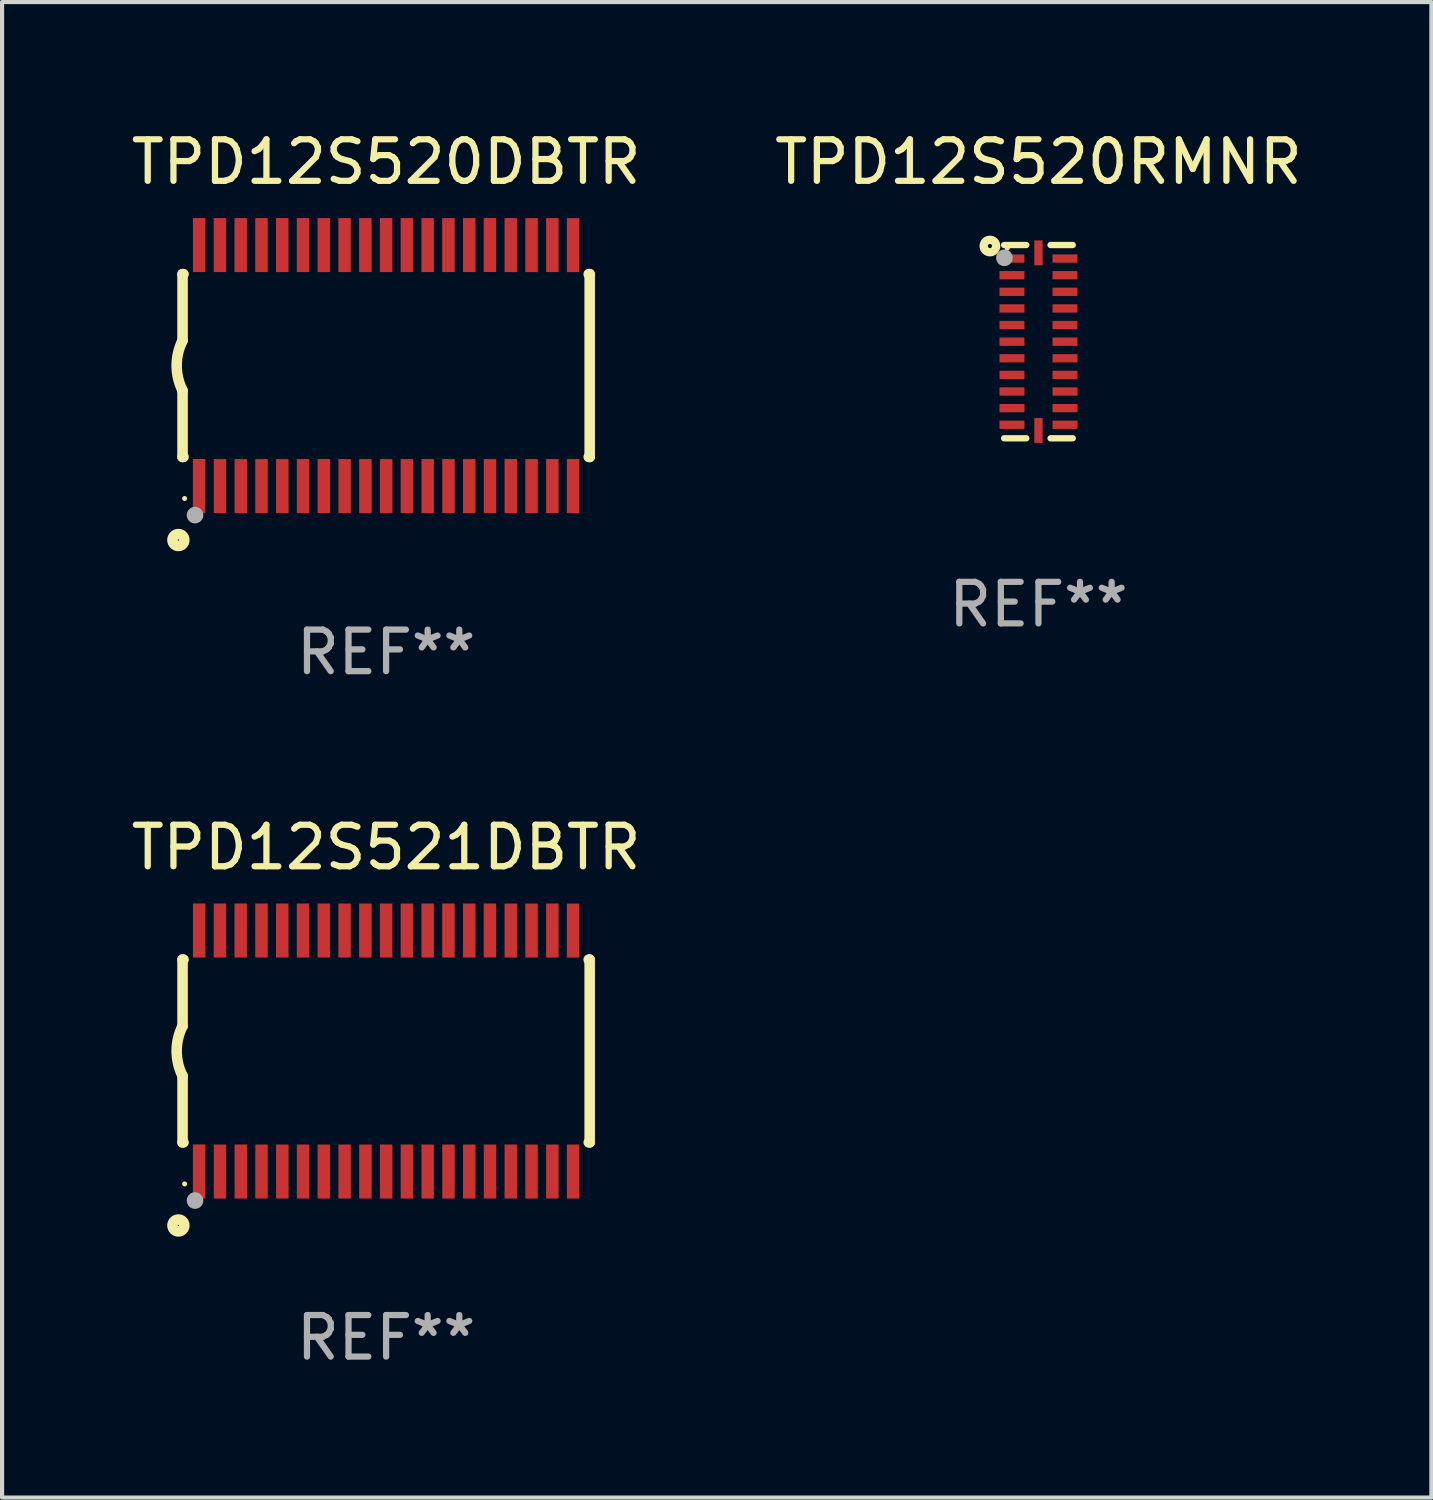
<source format=kicad_pcb>
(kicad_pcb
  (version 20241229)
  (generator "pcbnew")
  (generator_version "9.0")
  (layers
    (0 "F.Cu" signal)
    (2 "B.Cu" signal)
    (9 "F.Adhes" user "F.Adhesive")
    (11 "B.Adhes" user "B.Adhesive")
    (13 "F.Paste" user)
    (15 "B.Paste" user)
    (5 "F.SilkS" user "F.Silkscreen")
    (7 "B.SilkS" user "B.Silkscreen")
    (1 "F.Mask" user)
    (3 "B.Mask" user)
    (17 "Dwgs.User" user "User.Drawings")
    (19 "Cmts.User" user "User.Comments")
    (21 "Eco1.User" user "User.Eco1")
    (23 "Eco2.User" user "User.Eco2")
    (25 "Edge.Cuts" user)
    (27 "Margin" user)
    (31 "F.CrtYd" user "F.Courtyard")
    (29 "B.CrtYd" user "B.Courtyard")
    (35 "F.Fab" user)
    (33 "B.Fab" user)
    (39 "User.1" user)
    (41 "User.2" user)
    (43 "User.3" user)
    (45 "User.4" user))
  (footprint "TPD12S520DBTR"
    (layer "F.Cu")
    (at 6.244 5.749)
    (property "Reference" "TPD12S520DBTR" (at 0 -4.901 0) (layer "F.SilkS") (effects (font (size 1 1) (thickness 0.15))))
    (attr through_hole)
    (fp_line (start -4.9 -2.2) (end -4.9 -0.6) (stroke (width 0.254) (type solid)) (layer "F.SilkS"))
    (fp_line (start -4.9 -2.2) (end -4.876 -2.2) (stroke (width 0.254) (type solid)) (layer "F.SilkS"))
    (fp_line (start -4.9 2.2) (end -4.9 0.6) (stroke (width 0.254) (type solid)) (layer "F.SilkS"))
    (fp_line (start -4.9 2.2) (end -4.877 2.2) (stroke (width 0.254) (type solid)) (layer "F.SilkS"))
    (fp_line (start 4.876 -2.2) (end 4.9 -2.2) (stroke (width 0.254) (type solid)) (layer "F.SilkS"))
    (fp_line (start 4.877 2.2) (end 4.9 2.2) (stroke (width 0.254) (type solid)) (layer "F.SilkS"))
    (fp_line (start 4.9 -2.2) (end 4.9 2.2) (stroke (width 0.254) (type solid)) (layer "F.SilkS"))
    (fp_arc (start -4.900051 0.599822) (mid -5.041652 -0.000095) (end -4.9 -0.6) (stroke (width 0.254001) (type solid)) (layer "F.SilkS"))
    (fp_circle (center -5 4.2) (end -4.857 4.2) (stroke (width 0.254) (type solid)) (fill no) (layer "F.SilkS"))
    (fp_circle (center -4.85 3.2) (end -4.82 3.2) (stroke (width 0.06) (type solid)) (fill no) (layer "F.SilkS"))
    (fp_circle (center -4.6 3.6) (end -4.5 3.6) (stroke (width 0.2) (type solid)) (fill no) (layer "F.Fab"))
    (fp_text user "REF**" (at 0 6.901 0) (layer "F.Fab") (effects (font (size 1 1) (thickness 0.15))))
    (pad "1" smd rect (at -4.501 2.899 90) (size 1.3 0.3) (layers "F.Cu" "F.Mask" "F.Paste"))
    (pad "2" smd rect (at -3.999 2.901 90) (size 1.3 0.3) (layers "F.Cu" "F.Mask" "F.Paste"))
    (pad "3" smd rect (at -3.498 2.901 90) (size 1.3 0.3) (layers "F.Cu" "F.Mask" "F.Paste"))
    (pad "4" smd rect (at -2.999 2.901 90) (size 1.3 0.3) (layers "F.Cu" "F.Mask" "F.Paste"))
    (pad "5" smd rect (at -2.499 2.901 90) (size 1.3 0.3) (layers "F.Cu" "F.Mask" "F.Paste"))
    (pad "6" smd rect (at -1.999 2.901 90) (size 1.3 0.3) (layers "F.Cu" "F.Mask" "F.Paste"))
    (pad "7" smd rect (at -1.499 2.901 90) (size 1.3 0.3) (layers "F.Cu" "F.Mask" "F.Paste"))
    (pad "8" smd rect (at -0.999 2.901 90) (size 1.3 0.3) (layers "F.Cu" "F.Mask" "F.Paste"))
    (pad "9" smd rect (at -0.499 2.901 90) (size 1.3 0.3) (layers "F.Cu" "F.Mask" "F.Paste"))
    (pad "10" smd rect (at 0.001 2.901 90) (size 1.3 0.3) (layers "F.Cu" "F.Mask" "F.Paste"))
    (pad "11" smd rect (at 0.501 2.901 90) (size 1.3 0.3) (layers "F.Cu" "F.Mask" "F.Paste"))
    (pad "12" smd rect (at 1.001 2.901 90) (size 1.3 0.3) (layers "F.Cu" "F.Mask" "F.Paste"))
    (pad "13" smd rect (at 1.501 2.901 90) (size 1.3 0.3) (layers "F.Cu" "F.Mask" "F.Paste"))
    (pad "14" smd rect (at 2.001 2.901 90) (size 1.3 0.3) (layers "F.Cu" "F.Mask" "F.Paste"))
    (pad "15" smd rect (at 2.501 2.901 90) (size 1.3 0.3) (layers "F.Cu" "F.Mask" "F.Paste"))
    (pad "16" smd rect (at 3.001 2.901 90) (size 1.3 0.3) (layers "F.Cu" "F.Mask" "F.Paste"))
    (pad "17" smd rect (at 3.501 2.901 90) (size 1.3 0.3) (layers "F.Cu" "F.Mask" "F.Paste"))
    (pad "18" smd rect (at 4.001 2.901 90) (size 1.3 0.3) (layers "F.Cu" "F.Mask" "F.Paste"))
    (pad "19" smd rect (at 4.501 2.901 90) (size 1.3 0.3) (layers "F.Cu" "F.Mask" "F.Paste"))
    (pad "20" smd rect (at 4.501 -2.899 90) (size 1.3 0.3) (layers "F.Cu" "F.Mask" "F.Paste"))
    (pad "21" smd rect (at 4.001 -2.9 90) (size 1.3 0.3) (layers "F.Cu" "F.Mask" "F.Paste"))
    (pad "22" smd rect (at 3.501 -2.899 90) (size 1.3 0.3) (layers "F.Cu" "F.Mask" "F.Paste"))
    (pad "23" smd rect (at 3.002 -2.899 90) (size 1.3 0.3) (layers "F.Cu" "F.Mask" "F.Paste"))
    (pad "24" smd rect (at 2.499 -2.901 90) (size 1.3 0.3) (layers "F.Cu" "F.Mask" "F.Paste"))
    (pad "25" smd rect (at 2 -2.9 90) (size 1.3 0.3) (layers "F.Cu" "F.Mask" "F.Paste"))
    (pad "26" smd rect (at 1.5 -2.9 90) (size 1.3 0.3) (layers "F.Cu" "F.Mask" "F.Paste"))
    (pad "27" smd rect (at 1 -2.9 90) (size 1.3 0.3) (layers "F.Cu" "F.Mask" "F.Paste"))
    (pad "28" smd rect (at 0.5 -2.9 90) (size 1.3 0.3) (layers "F.Cu" "F.Mask" "F.Paste"))
    (pad "29" smd rect (at 0.000127 -2.9 90) (size 1.3 0.3) (layers "F.Cu" "F.Mask" "F.Paste"))
    (pad "30" smd rect (at -0.5 -2.9 90) (size 1.3 0.3) (layers "F.Cu" "F.Mask" "F.Paste"))
    (pad "31" smd rect (at -1 -2.9 90) (size 1.3 0.3) (layers "F.Cu" "F.Mask" "F.Paste"))
    (pad "32" smd rect (at -1.5 -2.9 90) (size 1.3 0.3) (layers "F.Cu" "F.Mask" "F.Paste"))
    (pad "33" smd rect (at -2 -2.9 90) (size 1.3 0.3) (layers "F.Cu" "F.Mask" "F.Paste"))
    (pad "34" smd rect (at -2.5 -2.9 90) (size 1.3 0.3) (layers "F.Cu" "F.Mask" "F.Paste"))
    (pad "35" smd rect (at -3 -2.9 90) (size 1.3 0.3) (layers "F.Cu" "F.Mask" "F.Paste"))
    (pad "36" smd rect (at -3.5 -2.9 90) (size 1.3 0.3) (layers "F.Cu" "F.Mask" "F.Paste"))
    (pad "37" smd rect (at -4 -2.9 90) (size 1.3 0.3) (layers "F.Cu" "F.Mask" "F.Paste"))
    (pad "38" smd rect (at -4.5 -2.9 90) (size 1.3 0.3) (layers "F.Cu" "F.Mask" "F.Paste")))
  (footprint "TPD12S520RMNR"
    (layer "F.Cu")
    (at 21.946 5.174)
    (property "Reference" "TPD12S520RMNR" (at 0 -4.326 0) (layer "F.SilkS") (effects (font (size 1 1) (thickness 0.15))))
    (attr through_hole)
    (fp_line (start -0.826 -2.326) (end -0.292 -2.326) (stroke (width 0.152) (type solid)) (layer "F.SilkS"))
    (fp_line (start -0.826 2.326) (end -0.292 2.326) (stroke (width 0.152) (type solid)) (layer "F.SilkS"))
    (fp_line (start 0.826 -2.326) (end 0.292 -2.326) (stroke (width 0.152) (type solid)) (layer "F.SilkS"))
    (fp_line (start 0.826 2.326) (end 0.292 2.326) (stroke (width 0.152) (type solid)) (layer "F.SilkS"))
    (fp_circle (center -1.168 -2.302) (end -1.118 -2.302) (stroke (width 0.2) (type solid)) (fill no) (layer "F.SilkS"))
    (fp_circle (center -0.75 -2.25) (end -0.72 -2.25) (stroke (width 0.06) (type solid)) (fill no) (layer "F.SilkS"))
    (fp_circle (center -0.819 -2.018) (end -0.719 -2.018) (stroke (width 0.2) (type solid)) (fill no) (layer "F.Fab"))
    (fp_text user "REF**" (at 0 6.326 0) (layer "F.Fab") (effects (font (size 1 1) (thickness 0.15))))
    (pad "1" smd rect (at -0.638 -2) (size 0.6 0.2) (layers "F.Cu" "F.Mask" "F.Paste"))
    (pad "2" smd rect (at -0.638 -1.6) (size 0.6 0.2) (layers "F.Cu" "F.Mask" "F.Paste"))
    (pad "3" smd rect (at -0.638 -1.2) (size 0.6 0.2) (layers "F.Cu" "F.Mask" "F.Paste"))
    (pad "4" smd rect (at -0.638 -0.8) (size 0.6 0.2) (layers "F.Cu" "F.Mask" "F.Paste"))
    (pad "5" smd rect (at -0.638 -0.4) (size 0.6 0.2) (layers "F.Cu" "F.Mask" "F.Paste"))
    (pad "6" smd rect (at -0.638 -0.000013) (size 0.6 0.2) (layers "F.Cu" "F.Mask" "F.Paste"))
    (pad "7" smd rect (at -0.638 0.4) (size 0.6 0.2) (layers "F.Cu" "F.Mask" "F.Paste"))
    (pad "8" smd rect (at -0.638 0.8) (size 0.6 0.2) (layers "F.Cu" "F.Mask" "F.Paste"))
    (pad "9" smd rect (at -0.638 1.2) (size 0.6 0.2) (layers "F.Cu" "F.Mask" "F.Paste"))
    (pad "10" smd rect (at -0.638 1.6) (size 0.6 0.2) (layers "F.Cu" "F.Mask" "F.Paste"))
    (pad "11" smd rect (at -0.638 2) (size 0.6 0.2) (layers "F.Cu" "F.Mask" "F.Paste"))
    (pad "12" smd rect (at -0.000013 2.137) (size 0.2 0.6) (layers "F.Cu" "F.Mask" "F.Paste"))
    (pad "13" smd rect (at 0.638 2) (size 0.6 0.2) (layers "F.Cu" "F.Mask" "F.Paste"))
    (pad "14" smd rect (at 0.638 1.6) (size 0.6 0.2) (layers "F.Cu" "F.Mask" "F.Paste"))
    (pad "15" smd rect (at 0.638 1.2) (size 0.6 0.2) (layers "F.Cu" "F.Mask" "F.Paste"))
    (pad "16" smd rect (at 0.638 0.8) (size 0.6 0.2) (layers "F.Cu" "F.Mask" "F.Paste"))
    (pad "17" smd rect (at 0.638 0.4) (size 0.6 0.2) (layers "F.Cu" "F.Mask" "F.Paste"))
    (pad "18" smd rect (at 0.638 -0.000013) (size 0.6 0.2) (layers "F.Cu" "F.Mask" "F.Paste"))
    (pad "19" smd rect (at 0.638 -0.4) (size 0.6 0.2) (layers "F.Cu" "F.Mask" "F.Paste"))
    (pad "20" smd rect (at 0.638 -0.8) (size 0.6 0.2) (layers "F.Cu" "F.Mask" "F.Paste"))
    (pad "21" smd rect (at 0.638 -1.2) (size 0.6 0.2) (layers "F.Cu" "F.Mask" "F.Paste"))
    (pad "22" smd rect (at 0.638 -1.6) (size 0.6 0.2) (layers "F.Cu" "F.Mask" "F.Paste"))
    (pad "23" smd rect (at 0.638 -2) (size 0.6 0.2) (layers "F.Cu" "F.Mask" "F.Paste"))
    (pad "24" smd rect (at -0.000013 -2.137) (size 0.2 0.6) (layers "F.Cu" "F.Mask" "F.Paste")))
  (footprint "TPD12S521DBTR"
    (layer "F.Cu")
    (at 6.244 22.248)
    (property "Reference" "TPD12S521DBTR" (at 0 -4.901 0) (layer "F.SilkS") (effects (font (size 1 1) (thickness 0.15))))
    (attr through_hole)
    (fp_line (start -4.9 -2.2) (end -4.9 -0.6) (stroke (width 0.254) (type solid)) (layer "F.SilkS"))
    (fp_line (start -4.9 -2.2) (end -4.876 -2.2) (stroke (width 0.254) (type solid)) (layer "F.SilkS"))
    (fp_line (start -4.9 2.2) (end -4.9 0.6) (stroke (width 0.254) (type solid)) (layer "F.SilkS"))
    (fp_line (start -4.9 2.2) (end -4.877 2.2) (stroke (width 0.254) (type solid)) (layer "F.SilkS"))
    (fp_line (start 4.876 -2.2) (end 4.9 -2.2) (stroke (width 0.254) (type solid)) (layer "F.SilkS"))
    (fp_line (start 4.877 2.2) (end 4.9 2.2) (stroke (width 0.254) (type solid)) (layer "F.SilkS"))
    (fp_line (start 4.9 -2.2) (end 4.9 2.2) (stroke (width 0.254) (type solid)) (layer "F.SilkS"))
    (fp_arc (start -4.900051 0.599822) (mid -5.041652 -0.000095) (end -4.9 -0.6) (stroke (width 0.254001) (type solid)) (layer "F.SilkS"))
    (fp_circle (center -5 4.2) (end -4.857 4.2) (stroke (width 0.254) (type solid)) (fill no) (layer "F.SilkS"))
    (fp_circle (center -4.85 3.2) (end -4.82 3.2) (stroke (width 0.06) (type solid)) (fill no) (layer "F.SilkS"))
    (fp_circle (center -4.6 3.6) (end -4.5 3.6) (stroke (width 0.2) (type solid)) (fill no) (layer "F.Fab"))
    (fp_text user "REF**" (at 0 6.901 0) (layer "F.Fab") (effects (font (size 1 1) (thickness 0.15))))
    (pad "1" smd rect (at -4.501 2.899 90) (size 1.3 0.3) (layers "F.Cu" "F.Mask" "F.Paste"))
    (pad "2" smd rect (at -3.999 2.901 90) (size 1.3 0.3) (layers "F.Cu" "F.Mask" "F.Paste"))
    (pad "3" smd rect (at -3.498 2.901 90) (size 1.3 0.3) (layers "F.Cu" "F.Mask" "F.Paste"))
    (pad "4" smd rect (at -2.999 2.901 90) (size 1.3 0.3) (layers "F.Cu" "F.Mask" "F.Paste"))
    (pad "5" smd rect (at -2.499 2.901 90) (size 1.3 0.3) (layers "F.Cu" "F.Mask" "F.Paste"))
    (pad "6" smd rect (at -1.999 2.901 90) (size 1.3 0.3) (layers "F.Cu" "F.Mask" "F.Paste"))
    (pad "7" smd rect (at -1.499 2.901 90) (size 1.3 0.3) (layers "F.Cu" "F.Mask" "F.Paste"))
    (pad "8" smd rect (at -0.999 2.901 90) (size 1.3 0.3) (layers "F.Cu" "F.Mask" "F.Paste"))
    (pad "9" smd rect (at -0.499 2.901 90) (size 1.3 0.3) (layers "F.Cu" "F.Mask" "F.Paste"))
    (pad "10" smd rect (at 0.001 2.901 90) (size 1.3 0.3) (layers "F.Cu" "F.Mask" "F.Paste"))
    (pad "11" smd rect (at 0.501 2.901 90) (size 1.3 0.3) (layers "F.Cu" "F.Mask" "F.Paste"))
    (pad "12" smd rect (at 1.001 2.901 90) (size 1.3 0.3) (layers "F.Cu" "F.Mask" "F.Paste"))
    (pad "13" smd rect (at 1.501 2.901 90) (size 1.3 0.3) (layers "F.Cu" "F.Mask" "F.Paste"))
    (pad "14" smd rect (at 2.001 2.901 90) (size 1.3 0.3) (layers "F.Cu" "F.Mask" "F.Paste"))
    (pad "15" smd rect (at 2.501 2.901 90) (size 1.3 0.3) (layers "F.Cu" "F.Mask" "F.Paste"))
    (pad "16" smd rect (at 3.001 2.901 90) (size 1.3 0.3) (layers "F.Cu" "F.Mask" "F.Paste"))
    (pad "17" smd rect (at 3.501 2.901 90) (size 1.3 0.3) (layers "F.Cu" "F.Mask" "F.Paste"))
    (pad "18" smd rect (at 4.001 2.901 90) (size 1.3 0.3) (layers "F.Cu" "F.Mask" "F.Paste"))
    (pad "19" smd rect (at 4.501 2.901 90) (size 1.3 0.3) (layers "F.Cu" "F.Mask" "F.Paste"))
    (pad "20" smd rect (at 4.501 -2.899 90) (size 1.3 0.3) (layers "F.Cu" "F.Mask" "F.Paste"))
    (pad "21" smd rect (at 4.001 -2.9 90) (size 1.3 0.3) (layers "F.Cu" "F.Mask" "F.Paste"))
    (pad "22" smd rect (at 3.501 -2.899 90) (size 1.3 0.3) (layers "F.Cu" "F.Mask" "F.Paste"))
    (pad "23" smd rect (at 3.002 -2.899 90) (size 1.3 0.3) (layers "F.Cu" "F.Mask" "F.Paste"))
    (pad "24" smd rect (at 2.499 -2.901 90) (size 1.3 0.3) (layers "F.Cu" "F.Mask" "F.Paste"))
    (pad "25" smd rect (at 2 -2.9 90) (size 1.3 0.3) (layers "F.Cu" "F.Mask" "F.Paste"))
    (pad "26" smd rect (at 1.5 -2.9 90) (size 1.3 0.3) (layers "F.Cu" "F.Mask" "F.Paste"))
    (pad "27" smd rect (at 1 -2.9 90) (size 1.3 0.3) (layers "F.Cu" "F.Mask" "F.Paste"))
    (pad "28" smd rect (at 0.5 -2.9 90) (size 1.3 0.3) (layers "F.Cu" "F.Mask" "F.Paste"))
    (pad "29" smd rect (at 0.000127 -2.9 90) (size 1.3 0.3) (layers "F.Cu" "F.Mask" "F.Paste"))
    (pad "30" smd rect (at -0.5 -2.9 90) (size 1.3 0.3) (layers "F.Cu" "F.Mask" "F.Paste"))
    (pad "31" smd rect (at -1 -2.9 90) (size 1.3 0.3) (layers "F.Cu" "F.Mask" "F.Paste"))
    (pad "32" smd rect (at -1.5 -2.9 90) (size 1.3 0.3) (layers "F.Cu" "F.Mask" "F.Paste"))
    (pad "33" smd rect (at -2 -2.9 90) (size 1.3 0.3) (layers "F.Cu" "F.Mask" "F.Paste"))
    (pad "34" smd rect (at -2.5 -2.9 90) (size 1.3 0.3) (layers "F.Cu" "F.Mask" "F.Paste"))
    (pad "35" smd rect (at -3 -2.9 90) (size 1.3 0.3) (layers "F.Cu" "F.Mask" "F.Paste"))
    (pad "36" smd rect (at -3.5 -2.9 90) (size 1.3 0.3) (layers "F.Cu" "F.Mask" "F.Paste"))
    (pad "37" smd rect (at -4 -2.9 90) (size 1.3 0.3) (layers "F.Cu" "F.Mask" "F.Paste"))
    (pad "38" smd rect (at -4.5 -2.9 90) (size 1.3 0.3) (layers "F.Cu" "F.Mask" "F.Paste")))
  (gr_rect
    (start -3 -3)
    (end 31.405 32.997)
    (stroke (width 0.1) (type default))
    (fill no)
    (layer "Edge.Cuts")))
</source>
